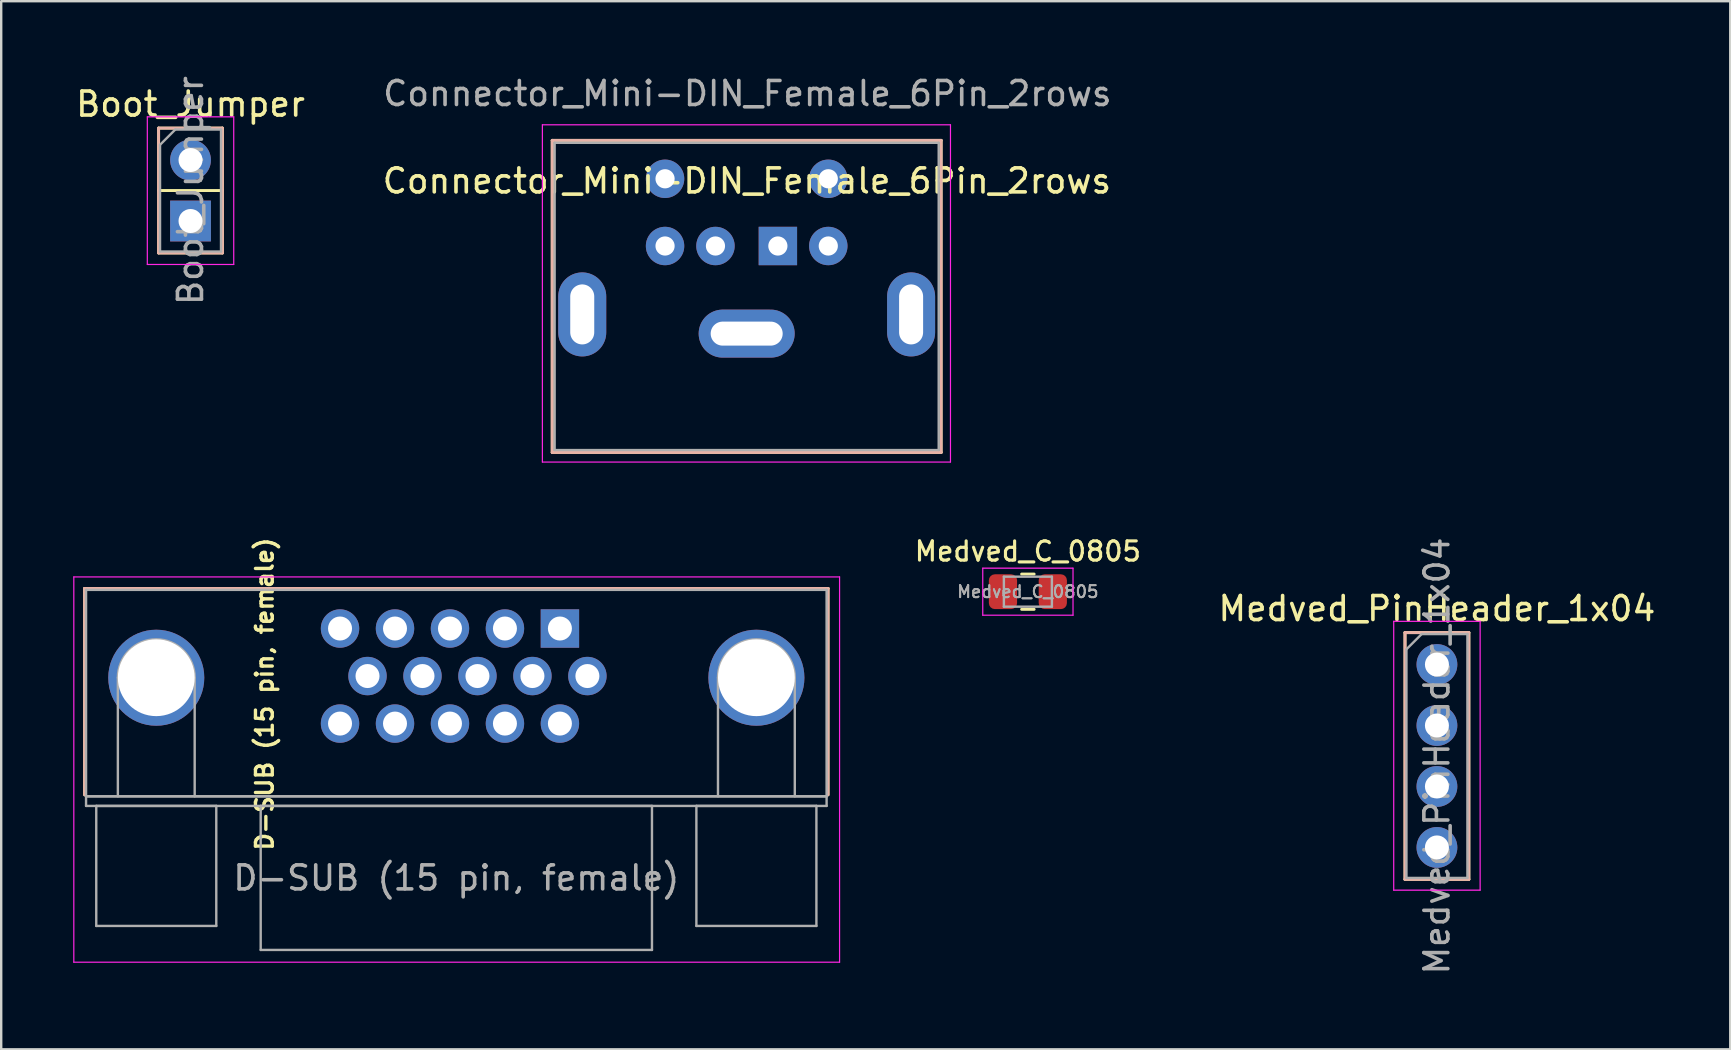
<source format=kicad_pcb>
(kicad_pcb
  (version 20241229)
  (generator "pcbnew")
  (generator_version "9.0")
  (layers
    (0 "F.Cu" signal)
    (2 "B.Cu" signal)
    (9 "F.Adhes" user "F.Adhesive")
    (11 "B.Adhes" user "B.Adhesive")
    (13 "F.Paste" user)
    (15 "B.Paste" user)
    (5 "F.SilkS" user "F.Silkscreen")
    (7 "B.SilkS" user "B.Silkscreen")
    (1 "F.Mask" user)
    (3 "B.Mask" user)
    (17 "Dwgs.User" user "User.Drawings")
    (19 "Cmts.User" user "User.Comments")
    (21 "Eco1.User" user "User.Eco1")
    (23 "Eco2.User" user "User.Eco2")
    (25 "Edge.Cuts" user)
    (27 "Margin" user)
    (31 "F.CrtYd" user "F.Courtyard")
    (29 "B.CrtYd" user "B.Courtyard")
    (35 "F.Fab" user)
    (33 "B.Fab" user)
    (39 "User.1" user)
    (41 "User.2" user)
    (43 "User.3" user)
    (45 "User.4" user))
  (footprint "Boot_Jumper"
    (layer "F.Cu")
    (at 4.887 3.617)
    (property "Reference" "Boot_Jumper" (at 0 -2.33 0) (layer "F.SilkS") (effects (font (size 1 1) (thickness 0.15))))
    (attr through_hole)
    (fp_line (start -1.33 -1.33) (end 1.33 -1.33) (stroke (width 0.12) (type solid)) (layer "F.SilkS"))
    (fp_line (start -1.33 1.27) (end -1.33 -1.33) (stroke (width 0.12) (type solid)) (layer "F.SilkS"))
    (fp_line (start -1.33 1.27) (end -1.33 3.87) (stroke (width 0.12) (type solid)) (layer "F.SilkS"))
    (fp_line (start -1.33 1.27) (end 1.33 1.27) (stroke (width 0.12) (type solid)) (layer "F.SilkS"))
    (fp_line (start -1.33 3.87) (end 1.33 3.87) (stroke (width 0.12) (type solid)) (layer "F.SilkS"))
    (fp_line (start 1.33 -1.33) (end 1.33 3.87) (stroke (width 0.12) (type solid)) (layer "F.SilkS"))
    (fp_line (start -1.33 -1.33) (end -1.33 3.87) (stroke (width 0.12) (type solid)) (layer "B.SilkS"))
    (fp_line (start -1.33 3.87) (end 1.33 3.87) (stroke (width 0.12) (type solid)) (layer "B.SilkS"))
    (fp_line (start 1.325 -1.33) (end -1.33 -1.33) (stroke (width 0.12) (type default)) (layer "B.SilkS"))
    (fp_line (start 1.325 -1.33) (end 1.33 3.87) (stroke (width 0.12) (type solid)) (layer "B.SilkS"))
    (fp_line (start -1.8 -1.8) (end -1.8 4.35) (stroke (width 0.05) (type solid)) (layer "F.CrtYd"))
    (fp_line (start -1.8 4.35) (end 1.8 4.35) (stroke (width 0.05) (type solid)) (layer "F.CrtYd"))
    (fp_line (start 1.8 -1.8) (end -1.8 -1.8) (stroke (width 0.05) (type solid)) (layer "F.CrtYd"))
    (fp_line (start 1.8 4.35) (end 1.8 -1.8) (stroke (width 0.05) (type solid)) (layer "F.CrtYd"))
    (fp_line (start -1.27 -0.635) (end -0.635 -1.27) (stroke (width 0.1) (type solid)) (layer "F.Fab"))
    (fp_line (start -1.27 3.81) (end -1.27 -0.635) (stroke (width 0.1) (type solid)) (layer "F.Fab"))
    (fp_line (start -0.635 -1.27) (end 1.27 -1.27) (stroke (width 0.1) (type solid)) (layer "F.Fab"))
    (fp_line (start 1.27 -1.27) (end 1.27 3.81) (stroke (width 0.1) (type solid)) (layer "F.Fab"))
    (fp_line (start 1.27 3.81) (end -1.27 3.81) (stroke (width 0.1) (type solid)) (layer "F.Fab"))
    (fp_text user "${REFERENCE}" (at 0 1.27 90) (layer "F.Fab") (effects (font (size 1 1) (thickness 0.15))))
    (pad "1" thru_hole circle (at 0 0) (size 1.7 1.7) (drill 1) (layers "*.Cu" "*.Mask"))
    (pad "2" thru_hole rect (at 0 2.54) (size 1.7 1.7) (drill 1) (layers "*.Cu" "*.Mask")))
  (footprint "Connector_Mini-DIN_Female_6Pin_2rows"
    (layer "F.Cu")
    (at 29.355 7.198)
    (property "Reference" "Connector_Mini-DIN_Female_6Pin_2rows" (at -1.29 -2.71 0) (layer "F.SilkS") (effects (font (size 1 1) (thickness 0.15))))
    (attr through_hole)
    (fp_line (start -9.4 -4.4) (end -9.4 8.6) (stroke (width 0.12) (type solid)) (layer "F.SilkS"))
    (fp_line (start -9.4 -4.4) (end 6.8 -4.4) (stroke (width 0.12) (type solid)) (layer "F.SilkS"))
    (fp_line (start -9.4 8.6) (end 6.8 8.6) (stroke (width 0.12) (type solid)) (layer "F.SilkS"))
    (fp_line (start 6.8 -4.4) (end 6.8 8.6) (stroke (width 0.12) (type solid)) (layer "F.SilkS"))
    (fp_line (start -9.4 -4.4) (end -9.4 8.6) (stroke (width 0.12) (type solid)) (layer "B.SilkS"))
    (fp_line (start -9.4 -4.4) (end 6.8 -4.4) (stroke (width 0.12) (type solid)) (layer "B.SilkS"))
    (fp_line (start -9.4 8.6) (end 6.8 8.6) (stroke (width 0.12) (type solid)) (layer "B.SilkS"))
    (fp_line (start 6.8 -4.4) (end 6.8 8.6) (stroke (width 0.12) (type solid)) (layer "B.SilkS"))
    (fp_line (start -9.81 -5.05) (end -9.81 9) (stroke (width 0.05) (type solid)) (layer "F.CrtYd"))
    (fp_line (start -9.81 -5.05) (end 7.19 -5.05) (stroke (width 0.05) (type solid)) (layer "F.CrtYd"))
    (fp_line (start 7.19 9) (end -9.81 9) (stroke (width 0.05) (type solid)) (layer "F.CrtYd"))
    (fp_line (start 7.19 9) (end 7.19 -5.05) (stroke (width 0.05) (type solid)) (layer "F.CrtYd"))
    (fp_line (start -9.3 -4.3) (end 6.7 -4.3) (stroke (width 0.1) (type solid)) (layer "F.Fab"))
    (fp_line (start -9.3 8.5) (end -9.3 -4.3) (stroke (width 0.1) (type solid)) (layer "F.Fab"))
    (fp_line (start 6.7 -4.3) (end 6.7 8.5) (stroke (width 0.1) (type solid)) (layer "F.Fab"))
    (fp_line (start 6.7 8.5) (end -9.3 8.5) (stroke (width 0.1) (type solid)) (layer "F.Fab"))
    (fp_text user "${REFERENCE}" (at -1.27 -6.35 0) (layer "F.Fab") (effects (font (size 1 1) (thickness 0.15))))
    (pad "1" thru_hole rect (at 0 0) (size 1.6 1.6) (drill 0.8) (layers "*.Cu" "*.Mask"))
    (pad "2" thru_hole circle (at -2.6 0) (size 1.6 1.6) (drill 0.8) (layers "*.Cu" "*.Mask"))
    (pad "3" thru_hole oval (at -8.15 2.85) (size 2 3.5) (drill oval 1 2.5) (layers "*.Cu" "*.Mask"))
    (pad "3" thru_hole oval (at -1.3 3.65) (size 4 2) (drill oval 3 1) (layers "*.Cu" "*.Mask"))
    (pad "3" thru_hole circle (at 2.1 0) (size 1.6 1.6) (drill 0.8) (layers "*.Cu" "*.Mask"))
    (pad "3" thru_hole oval (at 5.55 2.85) (size 2 3.5) (drill oval 1 2.5) (layers "*.Cu" "*.Mask"))
    (pad "4" thru_hole circle (at -4.7 0) (size 1.6 1.6) (drill 0.8) (layers "*.Cu" "*.Mask"))
    (pad "5" thru_hole circle (at 2.1 -2.8) (size 1.6 1.6) (drill 0.8) (layers "*.Cu" "*.Mask"))
    (pad "6" thru_hole circle (at -4.7 -2.8) (size 1.6 1.6) (drill 0.8) (layers "*.Cu" "*.Mask")))
  (footprint "D-SUB (15 pin, female)"
    (layer "F.Cu")
    (at 20.275 23.133)
    (property "Reference" "D-SUB (15 pin, female)" (at -12.3 2.73 90) (layer "F.SilkS") (effects (font (size 0.7 0.7) (thickness 0.14))))
    (attr through_hole)
    (fp_line (start -19.8 -1.67) (end 11.17 -1.67) (stroke (width 0.12) (type solid)) (layer "F.SilkS"))
    (fp_line (start -19.8 6.93) (end -19.8 -1.67) (stroke (width 0.12) (type solid)) (layer "F.SilkS"))
    (fp_line (start 11.17 -1.67) (end 11.17 6.93) (stroke (width 0.12) (type solid)) (layer "F.SilkS"))
    (fp_line (start -19.8 -1.67) (end 11.17 -1.67) (stroke (width 0.12) (type solid)) (layer "B.SilkS"))
    (fp_line (start -19.8 6.93) (end -19.8 -1.67) (stroke (width 0.12) (type solid)) (layer "B.SilkS"))
    (fp_line (start 11.17 -1.67) (end 11.17 6.93) (stroke (width 0.12) (type solid)) (layer "B.SilkS"))
    (fp_line (start -20.25 -2.15) (end -20.25 13.9) (stroke (width 0.05) (type solid)) (layer "F.CrtYd"))
    (fp_line (start -20.25 13.9) (end 11.65 13.9) (stroke (width 0.05) (type solid)) (layer "F.CrtYd"))
    (fp_line (start 11.65 -2.15) (end -20.25 -2.15) (stroke (width 0.05) (type solid)) (layer "F.CrtYd"))
    (fp_line (start 11.65 13.9) (end 11.65 -2.15) (stroke (width 0.05) (type solid)) (layer "F.CrtYd"))
    (fp_line (start -19.74 -1.61) (end -19.74 6.99) (stroke (width 0.1) (type solid)) (layer "F.Fab"))
    (fp_line (start -19.74 6.99) (end -19.74 7.39) (stroke (width 0.1) (type solid)) (layer "F.Fab"))
    (fp_line (start -19.74 6.99) (end 11.11 6.99) (stroke (width 0.1) (type solid)) (layer "F.Fab"))
    (fp_line (start -19.74 7.39) (end 11.11 7.39) (stroke (width 0.1) (type solid)) (layer "F.Fab"))
    (fp_line (start -19.315 7.39) (end -19.315 12.39) (stroke (width 0.1) (type solid)) (layer "F.Fab"))
    (fp_line (start -19.315 12.39) (end -14.315 12.39) (stroke (width 0.1) (type solid)) (layer "F.Fab"))
    (fp_line (start -18.415 6.99) (end -18.415 2.05) (stroke (width 0.1) (type solid)) (layer "F.Fab"))
    (fp_line (start -15.215 6.99) (end -15.215 2.05) (stroke (width 0.1) (type solid)) (layer "F.Fab"))
    (fp_line (start -14.315 7.39) (end -19.315 7.39) (stroke (width 0.1) (type solid)) (layer "F.Fab"))
    (fp_line (start -14.315 12.39) (end -14.315 7.39) (stroke (width 0.1) (type solid)) (layer "F.Fab"))
    (fp_line (start -12.465 7.39) (end -12.465 13.39) (stroke (width 0.1) (type solid)) (layer "F.Fab"))
    (fp_line (start -12.465 13.39) (end 3.835 13.39) (stroke (width 0.1) (type solid)) (layer "F.Fab"))
    (fp_line (start 3.835 7.39) (end -12.465 7.39) (stroke (width 0.1) (type solid)) (layer "F.Fab"))
    (fp_line (start 3.835 13.39) (end 3.835 7.39) (stroke (width 0.1) (type solid)) (layer "F.Fab"))
    (fp_line (start 5.685 7.39) (end 5.685 12.39) (stroke (width 0.1) (type solid)) (layer "F.Fab"))
    (fp_line (start 5.685 12.39) (end 10.685 12.39) (stroke (width 0.1) (type solid)) (layer "F.Fab"))
    (fp_line (start 6.585 6.99) (end 6.585 2.05) (stroke (width 0.1) (type solid)) (layer "F.Fab"))
    (fp_line (start 9.785 6.99) (end 9.785 2.05) (stroke (width 0.1) (type solid)) (layer "F.Fab"))
    (fp_line (start 10.685 7.39) (end 5.685 7.39) (stroke (width 0.1) (type solid)) (layer "F.Fab"))
    (fp_line (start 10.685 12.39) (end 10.685 7.39) (stroke (width 0.1) (type solid)) (layer "F.Fab"))
    (fp_line (start 11.11 -1.61) (end -19.74 -1.61) (stroke (width 0.1) (type solid)) (layer "F.Fab"))
    (fp_line (start 11.11 6.99) (end -19.74 6.99) (stroke (width 0.1) (type solid)) (layer "F.Fab"))
    (fp_line (start 11.11 6.99) (end 11.11 -1.61) (stroke (width 0.1) (type solid)) (layer "F.Fab"))
    (fp_line (start 11.11 7.39) (end 11.11 6.99) (stroke (width 0.1) (type solid)) (layer "F.Fab"))
    (fp_arc (start -18.415 2.05) (mid -16.815 0.45) (end -15.215 2.05) (stroke (width 0.1) (type solid)) (layer "F.Fab"))
    (fp_arc (start 6.585 2.05) (mid 8.185 0.45) (end 9.785 2.05) (stroke (width 0.1) (type solid)) (layer "F.Fab"))
    (fp_text user "${REFERENCE}" (at -4.315 10.39 0) (layer "F.Fab") (effects (font (size 1 1) (thickness 0.15))))
    (pad "0" thru_hole circle (at -16.815 2.05) (size 4 4) (drill 3.2) (layers "*.Cu" "*.Mask"))
    (pad "0" thru_hole circle (at 8.185 2.05) (size 4 4) (drill 3.2) (layers "*.Cu" "*.Mask"))
    (pad "1" thru_hole rect (at 0 0) (size 1.6 1.6) (drill 1) (layers "*.Cu" "*.Mask"))
    (pad "2" thru_hole circle (at -2.29 0) (size 1.6 1.6) (drill 1) (layers "*.Cu" "*.Mask"))
    (pad "3" thru_hole circle (at -4.58 0) (size 1.6 1.6) (drill 1) (layers "*.Cu" "*.Mask"))
    (pad "4" thru_hole circle (at -6.87 0) (size 1.6 1.6) (drill 1) (layers "*.Cu" "*.Mask"))
    (pad "5" thru_hole circle (at -9.16 0) (size 1.6 1.6) (drill 1) (layers "*.Cu" "*.Mask"))
    (pad "6" thru_hole circle (at 1.145 1.98) (size 1.6 1.6) (drill 1) (layers "*.Cu" "*.Mask"))
    (pad "7" thru_hole circle (at -1.145 1.98) (size 1.6 1.6) (drill 1) (layers "*.Cu" "*.Mask"))
    (pad "8" thru_hole circle (at -3.435 1.98) (size 1.6 1.6) (drill 1) (layers "*.Cu" "*.Mask"))
    (pad "9" thru_hole circle (at -5.725 1.98) (size 1.6 1.6) (drill 1) (layers "*.Cu" "*.Mask"))
    (pad "10" thru_hole circle (at -8.015 1.98) (size 1.6 1.6) (drill 1) (layers "*.Cu" "*.Mask"))
    (pad "11" thru_hole circle (at 0 3.96) (size 1.6 1.6) (drill 1) (layers "*.Cu" "*.Mask"))
    (pad "12" thru_hole circle (at -2.29 3.96) (size 1.6 1.6) (drill 1) (layers "*.Cu" "*.Mask"))
    (pad "13" thru_hole circle (at -4.58 3.96) (size 1.6 1.6) (drill 1) (layers "*.Cu" "*.Mask"))
    (pad "14" thru_hole circle (at -6.87 3.96) (size 1.6 1.6) (drill 1) (layers "*.Cu" "*.Mask"))
    (pad "15" thru_hole circle (at -9.16 3.96) (size 1.6 1.6) (drill 1) (layers "*.Cu" "*.Mask")))
  (footprint "Medved_PinHeader_1x04"
    (layer "F.Cu")
    (at 56.81 24.633)
    (property "Reference" "Medved_PinHeader_1x04" (at 0 -2.33 0) (layer "F.SilkS") (effects (font (size 1 1) (thickness 0.15))))
    (attr through_hole)
    (fp_line (start -1.33 -1.33) (end -1.33 8.95) (stroke (width 0.12) (type solid)) (layer "F.SilkS"))
    (fp_line (start -1.33 -1.33) (end 1.33 -1.33) (stroke (width 0.12) (type solid)) (layer "F.SilkS"))
    (fp_line (start -1.33 8.95) (end 1.33 8.95) (stroke (width 0.12) (type solid)) (layer "F.SilkS"))
    (fp_line (start 1.33 -1.33) (end 1.33 8.95) (stroke (width 0.12) (type solid)) (layer "F.SilkS"))
    (fp_line (start -1.33 -1.33) (end -1.33 8.95) (stroke (width 0.12) (type solid)) (layer "B.SilkS"))
    (fp_line (start -1.33 -1.33) (end 1.33 -1.33) (stroke (width 0.12) (type solid)) (layer "B.SilkS"))
    (fp_line (start -1.33 8.95) (end 1.33 8.95) (stroke (width 0.12) (type solid)) (layer "B.SilkS"))
    (fp_line (start 1.33 -1.33) (end 1.33 8.95) (stroke (width 0.12) (type solid)) (layer "B.SilkS"))
    (fp_line (start -1.8 -1.8) (end -1.8 9.4) (stroke (width 0.05) (type solid)) (layer "F.CrtYd"))
    (fp_line (start -1.8 9.4) (end 1.8 9.4) (stroke (width 0.05) (type solid)) (layer "F.CrtYd"))
    (fp_line (start 1.8 -1.8) (end -1.8 -1.8) (stroke (width 0.05) (type solid)) (layer "F.CrtYd"))
    (fp_line (start 1.8 9.4) (end 1.8 -1.8) (stroke (width 0.05) (type solid)) (layer "F.CrtYd"))
    (fp_line (start -1.27 -0.635) (end -0.635 -1.27) (stroke (width 0.1) (type solid)) (layer "F.Fab"))
    (fp_line (start -1.27 8.89) (end -1.27 -0.635) (stroke (width 0.1) (type solid)) (layer "F.Fab"))
    (fp_line (start -0.635 -1.27) (end 1.27 -1.27) (stroke (width 0.1) (type solid)) (layer "F.Fab"))
    (fp_line (start 1.27 -1.27) (end 1.27 8.89) (stroke (width 0.1) (type solid)) (layer "F.Fab"))
    (fp_line (start 1.27 8.89) (end -1.27 8.89) (stroke (width 0.1) (type solid)) (layer "F.Fab"))
    (fp_text user "${REFERENCE}" (at 0 3.81 90) (layer "F.Fab") (effects (font (size 1 1) (thickness 0.15))))
    (pad "1" thru_hole circle (at 0 0) (size 1.7 1.7) (drill 1) (layers "*.Cu" "*.Mask"))
    (pad "2" thru_hole oval (at 0 2.54) (size 1.7 1.7) (drill 1) (layers "*.Cu" "*.Mask"))
    (pad "3" thru_hole oval (at 0 5.08) (size 1.7 1.7) (drill 1) (layers "*.Cu" "*.Mask"))
    (pad "4" thru_hole oval (at 0 7.62) (size 1.7 1.7) (drill 1) (layers "*.Cu" "*.Mask")))
  (footprint "Medved_C_0805"
    (layer "F.Cu")
    (at 39.77 21.599)
    (property "Reference" "Medved_C_0805" (at 0 -1.68 0) (layer "F.SilkS") (effects (font (size 0.8 0.8) (thickness 0.13))))
    (property "Value" "Medved_C_0805" (at 0 1.68 0) (layer "F.Fab") (hide yes) (effects (font (size 1 1) (thickness 0.15))))
    (attr smd)
    (fp_line (start -0.261 -0.735) (end 0.261 -0.735) (stroke (width 0.12) (type solid)) (layer "F.SilkS"))
    (fp_line (start -0.261 0.735) (end 0.261 0.735) (stroke (width 0.12) (type solid)) (layer "F.SilkS"))
    (fp_line (start -1.88 -0.98) (end 1.88 -0.98) (stroke (width 0.05) (type solid)) (layer "F.CrtYd"))
    (fp_line (start -1.88 0.98) (end -1.88 -0.98) (stroke (width 0.05) (type solid)) (layer "F.CrtYd"))
    (fp_line (start 1.88 -0.98) (end 1.88 0.98) (stroke (width 0.05) (type solid)) (layer "F.CrtYd"))
    (fp_line (start 1.88 0.98) (end -1.88 0.98) (stroke (width 0.05) (type solid)) (layer "F.CrtYd"))
    (fp_line (start -1 -0.625) (end 1 -0.625) (stroke (width 0.1) (type solid)) (layer "F.Fab"))
    (fp_line (start -1 0.625) (end -1 -0.625) (stroke (width 0.1) (type solid)) (layer "F.Fab"))
    (fp_line (start 1 -0.625) (end 1 0.625) (stroke (width 0.1) (type solid)) (layer "F.Fab"))
    (fp_line (start 1 0.625) (end -1 0.625) (stroke (width 0.1) (type solid)) (layer "F.Fab"))
    (fp_text user "${VALUE}" (at 0 0 0) (layer "F.Fab") (effects (font (size 0.5 0.5) (thickness 0.08))))
    (fp_text user "${REFERENCE}" (at 0 0 0) (layer "F.Fab") (effects (font (size 0.5 0.5) (thickness 0.08))))
    (pad "1" smd roundrect (at -1.038 0) (size 1.175 1.45) (layers "F.Cu" "F.Mask" "F.Paste") (roundrect_rratio 0.213))
    (pad "2" smd roundrect (at 1.038 0) (size 1.175 1.45) (layers "F.Cu" "F.Mask" "F.Paste") (roundrect_rratio 0.213)))
  (gr_rect
    (start -3 -3)
    (end 69.03 40.664)
    (stroke (width 0.1) (type default))
    (fill no)
    (layer "Edge.Cuts")))
</source>
